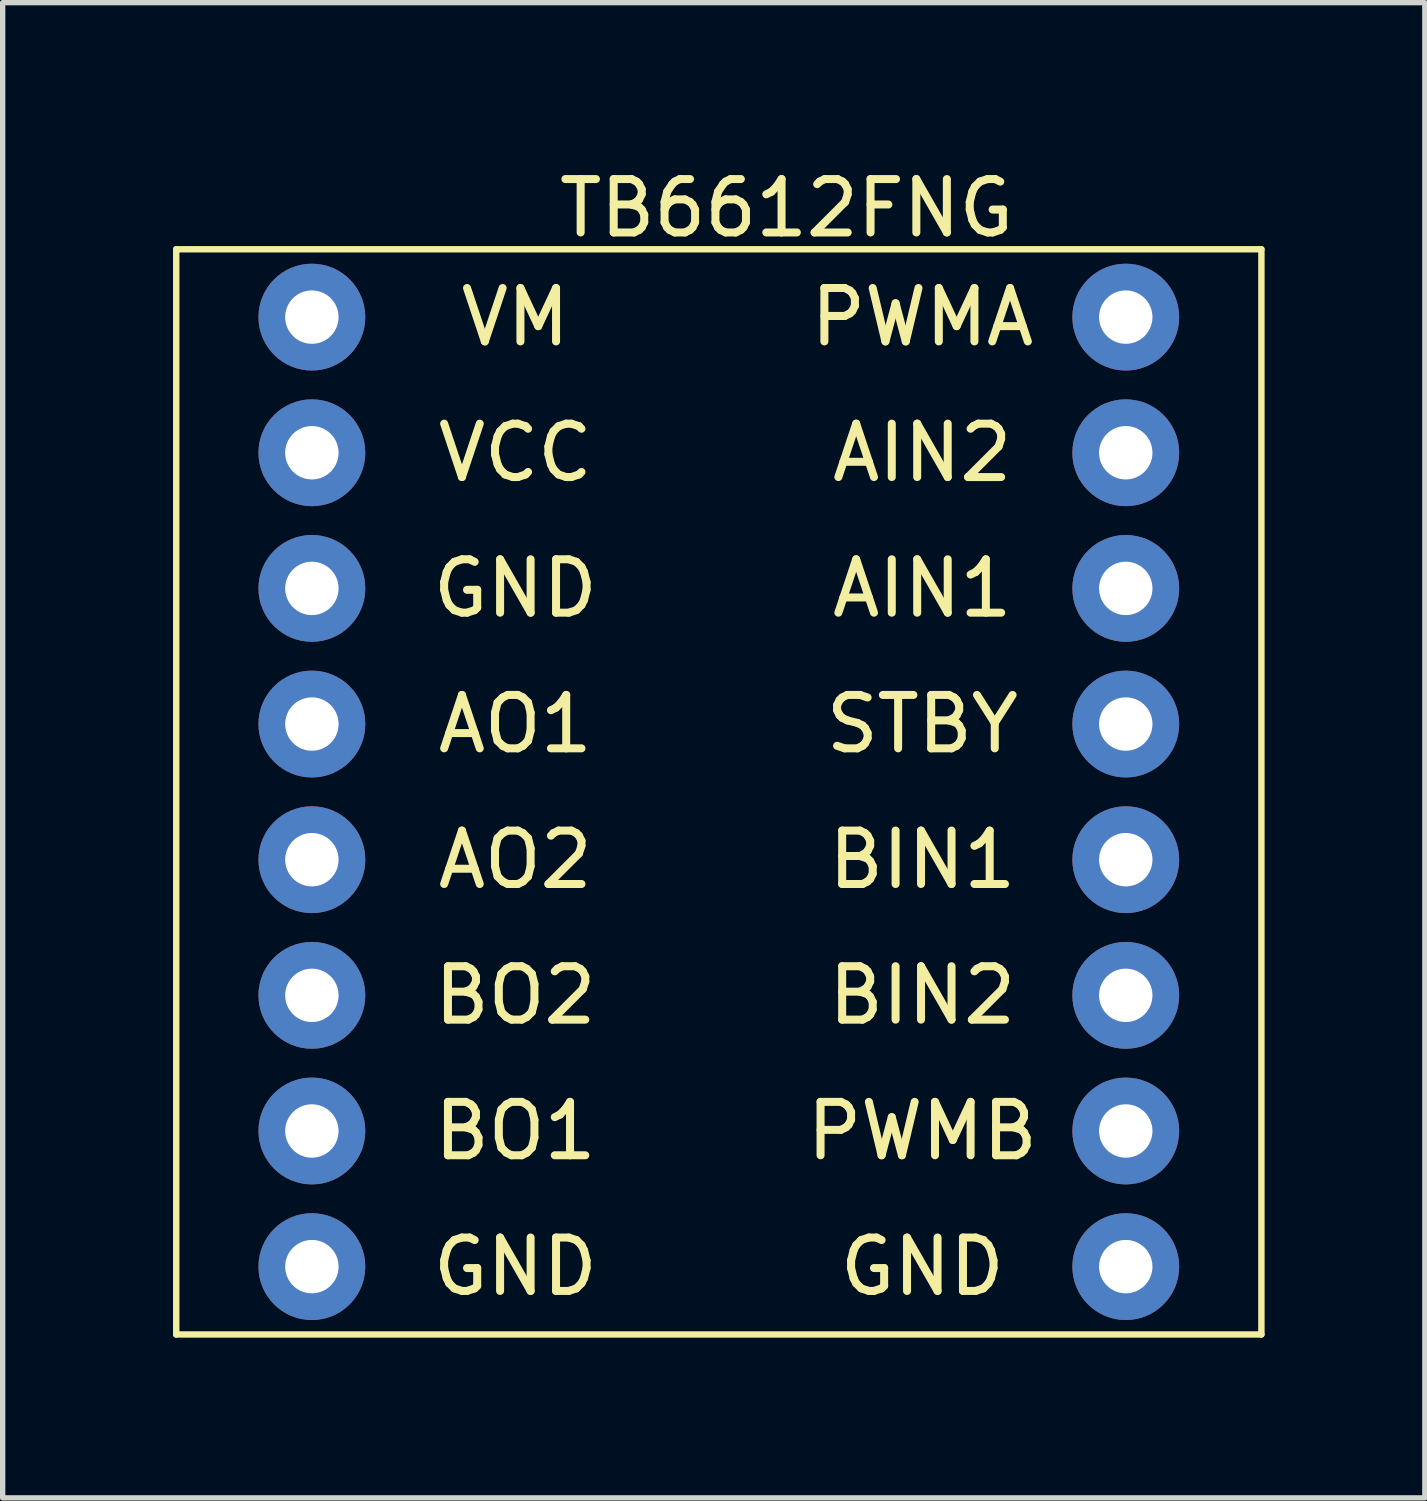
<source format=kicad_pcb>
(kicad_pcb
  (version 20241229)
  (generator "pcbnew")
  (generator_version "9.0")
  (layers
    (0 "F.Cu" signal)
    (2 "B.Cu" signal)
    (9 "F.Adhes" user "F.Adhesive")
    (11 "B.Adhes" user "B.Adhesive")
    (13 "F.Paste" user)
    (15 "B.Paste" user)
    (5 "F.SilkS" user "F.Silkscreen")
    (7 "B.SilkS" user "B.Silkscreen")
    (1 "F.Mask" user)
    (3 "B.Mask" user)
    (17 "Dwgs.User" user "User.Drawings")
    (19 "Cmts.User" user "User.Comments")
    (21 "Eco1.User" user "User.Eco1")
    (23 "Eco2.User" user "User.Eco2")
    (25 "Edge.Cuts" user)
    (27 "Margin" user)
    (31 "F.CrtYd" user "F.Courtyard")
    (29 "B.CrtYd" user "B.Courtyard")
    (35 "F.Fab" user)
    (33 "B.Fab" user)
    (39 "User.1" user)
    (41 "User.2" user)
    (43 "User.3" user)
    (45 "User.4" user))
  (footprint "TB6612FNG"
    (layer "F.Cu")
    (at 0.25 1.618)
    (property "Reference" "TB6612FNG" (at 11.43 -0.77 0) (layer "F.SilkS") (effects (font (size 1 1) (thickness 0.15))))
    (attr through_hole)
    (fp_line (start 0 0) (end 20.32 0) (stroke (width 0.12) (type solid)) (layer "F.SilkS"))
    (fp_line (start 0 20.32) (end 0 0) (stroke (width 0.12) (type solid)) (layer "F.SilkS"))
    (fp_line (start 20.32 0) (end 20.32 20.32) (stroke (width 0.12) (type solid)) (layer "F.SilkS"))
    (fp_line (start 20.32 20.32) (end 0 20.32) (stroke (width 0.12) (type solid)) (layer "F.SilkS"))
    (fp_text user "VCC" (at 6.35 3.81 0) (layer "F.SilkS") (effects (font (size 1 1) (thickness 0.15))))
    (fp_text user "BO1" (at 6.35 16.51 0) (layer "F.SilkS") (effects (font (size 1 1) (thickness 0.15))))
    (fp_text user "GND" (at 6.35 6.35 0) (layer "F.SilkS") (effects (font (size 1 1) (thickness 0.15))))
    (fp_text user "GND" (at 6.35 19.05 0) (layer "F.SilkS") (effects (font (size 1 1) (thickness 0.15))))
    (fp_text user "VM" (at 6.35 1.27 0) (layer "F.SilkS") (effects (font (size 1 1) (thickness 0.15))))
    (fp_text user "STBY" (at 13.97 8.89 0) (layer "F.SilkS") (effects (font (size 1 1) (thickness 0.15))))
    (fp_text user "BIN1" (at 13.97 11.43 0) (layer "F.SilkS") (effects (font (size 1 1) (thickness 0.15))))
    (fp_text user "BO2" (at 6.35 13.97 0) (layer "F.SilkS") (effects (font (size 1 1) (thickness 0.15))))
    (fp_text user "GND" (at 13.97 19.05 0) (layer "F.SilkS") (effects (font (size 1 1) (thickness 0.15))))
    (fp_text user "PWMA" (at 13.97 1.27 0) (layer "F.SilkS") (effects (font (size 1 1) (thickness 0.15))))
    (fp_text user "PWMB" (at 13.97 16.51 0) (layer "F.SilkS") (effects (font (size 1 1) (thickness 0.15))))
    (fp_text user "AIN2" (at 13.97 3.81 0) (layer "F.SilkS") (effects (font (size 1 1) (thickness 0.15))))
    (fp_text user "AO1" (at 6.35 8.89 0) (layer "F.SilkS") (effects (font (size 1 1) (thickness 0.15))))
    (fp_text user "AO2" (at 6.35 11.43 0) (layer "F.SilkS") (effects (font (size 1 1) (thickness 0.15))))
    (fp_text user "BIN2" (at 13.97 13.97 0) (layer "F.SilkS") (effects (font (size 1 1) (thickness 0.15))))
    (fp_text user "AIN1" (at 13.97 6.35 0) (layer "F.SilkS") (effects (font (size 1 1) (thickness 0.15))))
    (pad "1" thru_hole circle (at 2.54 1.27) (size 2 2) (drill 1) (layers "*.Cu" "*.Mask"))
    (pad "2" thru_hole circle (at 2.54 3.81) (size 2 2) (drill 1) (layers "*.Cu" "*.Mask"))
    (pad "3" thru_hole circle (at 2.54 6.35) (size 2 2) (drill 1) (layers "*.Cu" "*.Mask"))
    (pad "4" thru_hole circle (at 2.54 8.89) (size 2 2) (drill 1) (layers "*.Cu" "*.Mask"))
    (pad "5" thru_hole circle (at 2.54 11.43) (size 2 2) (drill 1) (layers "*.Cu" "*.Mask"))
    (pad "6" thru_hole circle (at 2.54 13.97) (size 2 2) (drill 1) (layers "*.Cu" "*.Mask"))
    (pad "7" thru_hole circle (at 2.54 16.51) (size 2 2) (drill 1) (layers "*.Cu" "*.Mask"))
    (pad "8" thru_hole circle (at 2.54 19.05) (size 2 2) (drill 1) (layers "*.Cu" "*.Mask"))
    (pad "9" thru_hole circle (at 17.78 19.05) (size 2 2) (drill 1) (layers "*.Cu" "*.Mask"))
    (pad "10" thru_hole circle (at 17.78 16.51) (size 2 2) (drill 1) (layers "*.Cu" "*.Mask"))
    (pad "11" thru_hole circle (at 17.78 13.97) (size 2 2) (drill 1) (layers "*.Cu" "*.Mask"))
    (pad "12" thru_hole circle (at 17.78 11.43) (size 2 2) (drill 1) (layers "*.Cu" "*.Mask"))
    (pad "13" thru_hole circle (at 17.78 8.89) (size 2 2) (drill 1) (layers "*.Cu" "*.Mask"))
    (pad "14" thru_hole circle (at 17.78 6.35) (size 2 2) (drill 1) (layers "*.Cu" "*.Mask"))
    (pad "15" thru_hole circle (at 17.78 3.81) (size 2 2) (drill 1) (layers "*.Cu" "*.Mask"))
    (pad "16" thru_hole circle (at 17.78 1.27) (size 2 2) (drill 1) (layers "*.Cu" "*.Mask")))
  (gr_rect
    (start -3 -3)
    (end 23.63 24.998)
    (stroke (width 0.1) (type default))
    (fill no)
    (layer "Edge.Cuts")))
</source>
